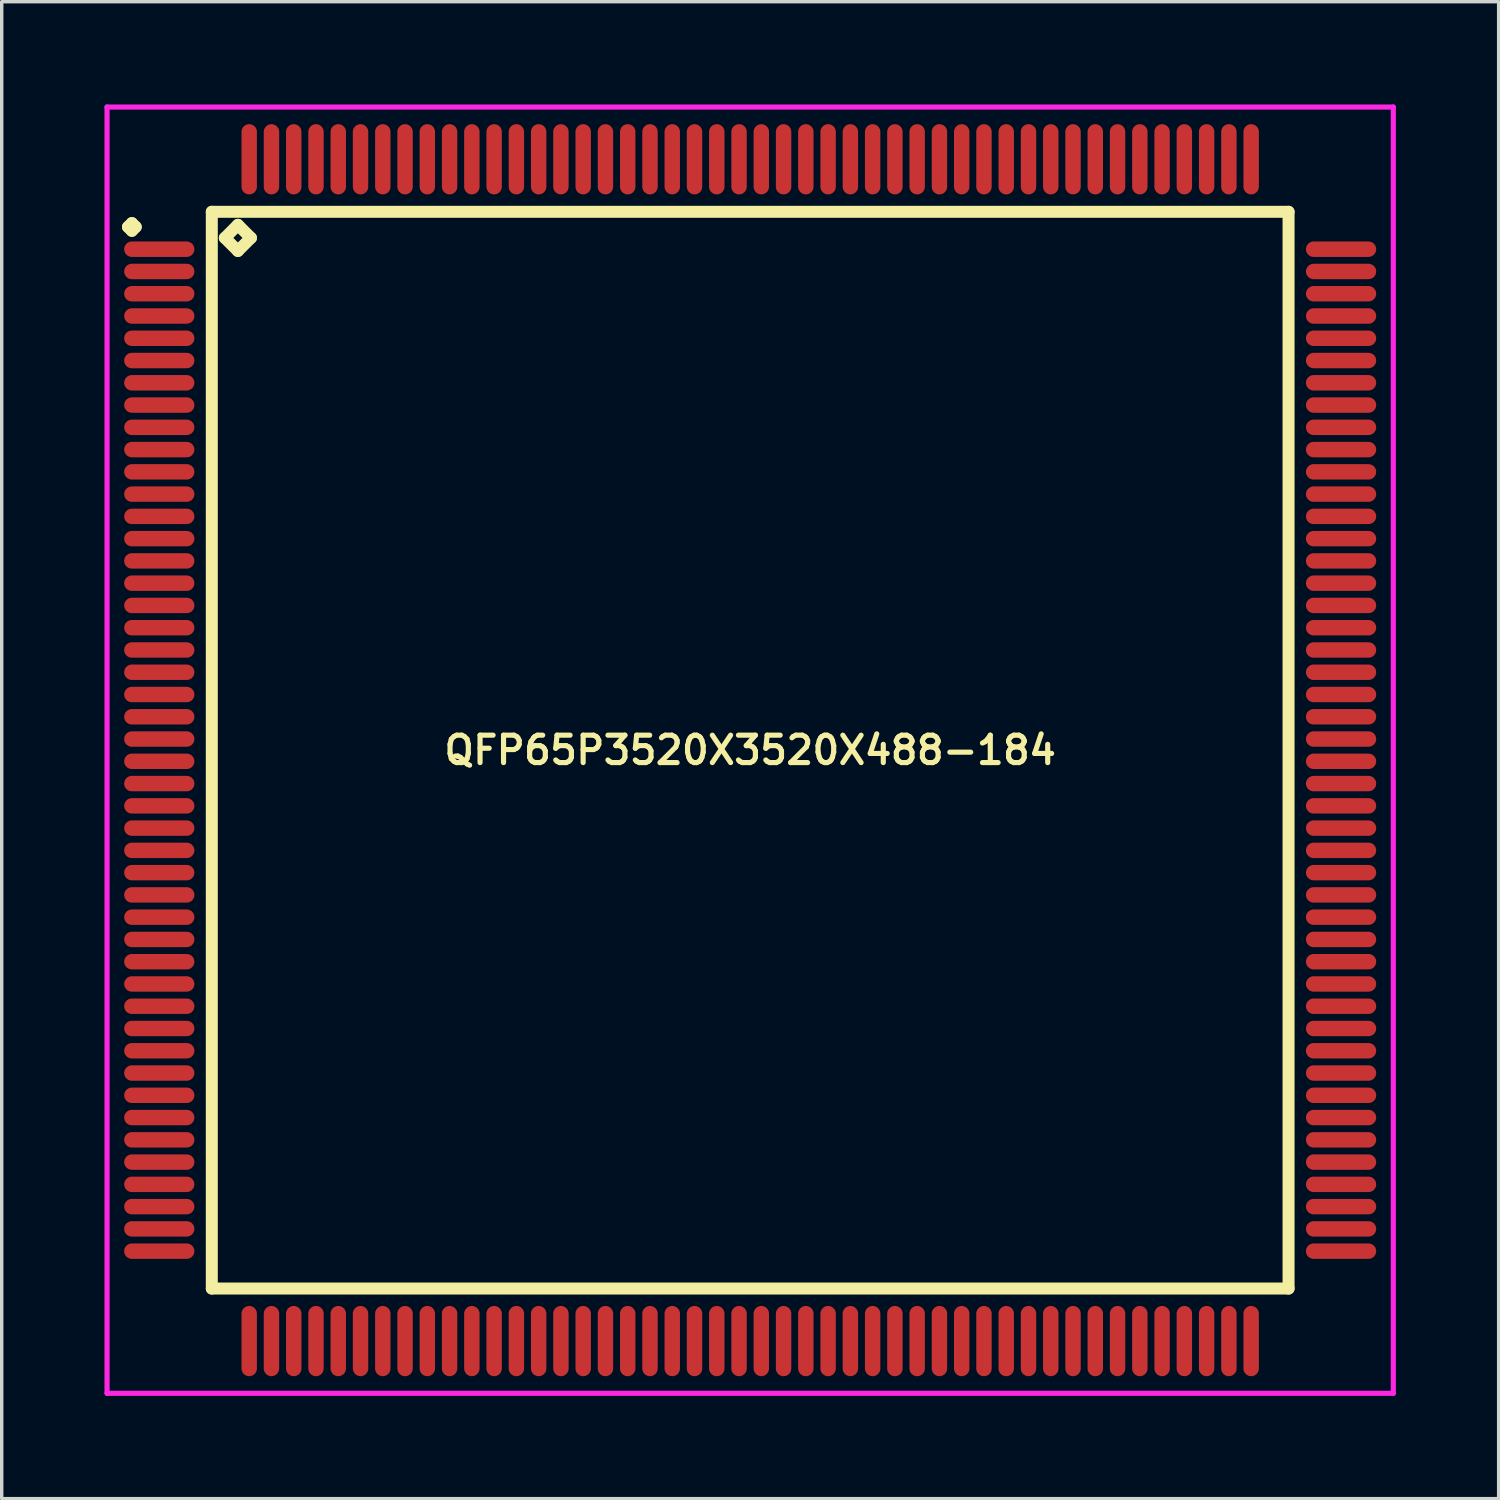
<source format=kicad_pcb>
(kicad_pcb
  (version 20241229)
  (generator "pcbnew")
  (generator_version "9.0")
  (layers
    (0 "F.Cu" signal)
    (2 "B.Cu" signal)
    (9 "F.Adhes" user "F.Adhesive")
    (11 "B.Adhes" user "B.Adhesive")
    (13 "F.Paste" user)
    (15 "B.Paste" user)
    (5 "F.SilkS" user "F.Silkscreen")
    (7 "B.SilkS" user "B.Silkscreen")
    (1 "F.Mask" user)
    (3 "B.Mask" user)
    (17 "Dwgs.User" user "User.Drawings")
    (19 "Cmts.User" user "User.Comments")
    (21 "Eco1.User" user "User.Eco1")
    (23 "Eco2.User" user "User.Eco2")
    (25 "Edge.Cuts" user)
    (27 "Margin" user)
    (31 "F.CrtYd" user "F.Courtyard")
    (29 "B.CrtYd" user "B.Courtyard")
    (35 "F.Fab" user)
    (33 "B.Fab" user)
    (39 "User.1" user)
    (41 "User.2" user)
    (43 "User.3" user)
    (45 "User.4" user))
  (footprint "QFP65P3520X3520X488-184"
    (layer "F.Cu")
    (at 18.85 18.85)
    (property "Reference" "QFP65P3520X3520X488-184" (at 0 0 0) (layer "F.SilkS") (effects (font (size 0.8 0.8) (thickness 0.15))))
    (attr smd)
    (fp_line (start -18.163 -15.275) (end -18.05 -15.387) (stroke (width 0.35) (type solid)) (layer "F.SilkS"))
    (fp_line (start -18.05 -15.387) (end -17.938 -15.275) (stroke (width 0.35) (type solid)) (layer "F.SilkS"))
    (fp_line (start -18.05 -15.162) (end -18.163 -15.275) (stroke (width 0.35) (type solid)) (layer "F.SilkS"))
    (fp_line (start -17.938 -15.275) (end -18.05 -15.162) (stroke (width 0.35) (type solid)) (layer "F.SilkS"))
    (fp_line (start -15.717 -15.717) (end -15.717 15.717) (stroke (width 0.35) (type solid)) (layer "F.SilkS"))
    (fp_line (start -15.717 15.717) (end 15.717 15.717) (stroke (width 0.35) (type solid)) (layer "F.SilkS"))
    (fp_line (start -15.336 -14.955) (end -14.955 -15.336) (stroke (width 0.35) (type solid)) (layer "F.SilkS"))
    (fp_line (start -14.955 -15.336) (end -14.574 -14.955) (stroke (width 0.35) (type solid)) (layer "F.SilkS"))
    (fp_line (start -14.955 -14.574) (end -15.336 -14.955) (stroke (width 0.35) (type solid)) (layer "F.SilkS"))
    (fp_line (start -14.574 -14.955) (end -14.955 -14.574) (stroke (width 0.35) (type solid)) (layer "F.SilkS"))
    (fp_line (start 15.717 -15.717) (end -15.717 -15.717) (stroke (width 0.35) (type solid)) (layer "F.SilkS"))
    (fp_line (start 15.717 15.717) (end 15.717 -15.717) (stroke (width 0.35) (type solid)) (layer "F.SilkS"))
    (fp_line (start -18.775 -18.775) (end 18.775 -18.775) (stroke (width 0.15) (type solid)) (layer "F.CrtYd"))
    (fp_line (start -18.775 18.775) (end -18.775 -18.775) (stroke (width 0.15) (type solid)) (layer "F.CrtYd"))
    (fp_line (start 18.775 -18.775) (end 18.775 18.775) (stroke (width 0.15) (type solid)) (layer "F.CrtYd"))
    (fp_line (start 18.775 18.775) (end -18.775 18.775) (stroke (width 0.15) (type solid)) (layer "F.CrtYd"))
    (pad "1" smd oval (at -17.25 -14.625) (size 2.05 0.45) (layers "F.Cu" "F.Mask" "F.Paste"))
    (pad "2" smd oval (at -17.25 -13.975) (size 2.05 0.45) (layers "F.Cu" "F.Mask" "F.Paste"))
    (pad "3" smd oval (at -17.25 -13.325) (size 2.05 0.45) (layers "F.Cu" "F.Mask" "F.Paste"))
    (pad "4" smd oval (at -17.25 -12.675) (size 2.05 0.45) (layers "F.Cu" "F.Mask" "F.Paste"))
    (pad "5" smd oval (at -17.25 -12.025) (size 2.05 0.45) (layers "F.Cu" "F.Mask" "F.Paste"))
    (pad "6" smd oval (at -17.25 -11.375) (size 2.05 0.45) (layers "F.Cu" "F.Mask" "F.Paste"))
    (pad "7" smd oval (at -17.25 -10.725) (size 2.05 0.45) (layers "F.Cu" "F.Mask" "F.Paste"))
    (pad "8" smd oval (at -17.25 -10.075) (size 2.05 0.45) (layers "F.Cu" "F.Mask" "F.Paste"))
    (pad "9" smd oval (at -17.25 -9.425) (size 2.05 0.45) (layers "F.Cu" "F.Mask" "F.Paste"))
    (pad "10" smd oval (at -17.25 -8.775) (size 2.05 0.45) (layers "F.Cu" "F.Mask" "F.Paste"))
    (pad "11" smd oval (at -17.25 -8.125) (size 2.05 0.45) (layers "F.Cu" "F.Mask" "F.Paste"))
    (pad "12" smd oval (at -17.25 -7.475) (size 2.05 0.45) (layers "F.Cu" "F.Mask" "F.Paste"))
    (pad "13" smd oval (at -17.25 -6.825) (size 2.05 0.45) (layers "F.Cu" "F.Mask" "F.Paste"))
    (pad "14" smd oval (at -17.25 -6.175) (size 2.05 0.45) (layers "F.Cu" "F.Mask" "F.Paste"))
    (pad "15" smd oval (at -17.25 -5.525) (size 2.05 0.45) (layers "F.Cu" "F.Mask" "F.Paste"))
    (pad "16" smd oval (at -17.25 -4.875) (size 2.05 0.45) (layers "F.Cu" "F.Mask" "F.Paste"))
    (pad "17" smd oval (at -17.25 -4.225) (size 2.05 0.45) (layers "F.Cu" "F.Mask" "F.Paste"))
    (pad "18" smd oval (at -17.25 -3.575) (size 2.05 0.45) (layers "F.Cu" "F.Mask" "F.Paste"))
    (pad "19" smd oval (at -17.25 -2.925) (size 2.05 0.45) (layers "F.Cu" "F.Mask" "F.Paste"))
    (pad "20" smd oval (at -17.25 -2.275) (size 2.05 0.45) (layers "F.Cu" "F.Mask" "F.Paste"))
    (pad "21" smd oval (at -17.25 -1.625) (size 2.05 0.45) (layers "F.Cu" "F.Mask" "F.Paste"))
    (pad "22" smd oval (at -17.25 -0.975) (size 2.05 0.45) (layers "F.Cu" "F.Mask" "F.Paste"))
    (pad "23" smd oval (at -17.25 -0.325) (size 2.05 0.45) (layers "F.Cu" "F.Mask" "F.Paste"))
    (pad "24" smd oval (at -17.25 0.325) (size 2.05 0.45) (layers "F.Cu" "F.Mask" "F.Paste"))
    (pad "25" smd oval (at -17.25 0.975) (size 2.05 0.45) (layers "F.Cu" "F.Mask" "F.Paste"))
    (pad "26" smd oval (at -17.25 1.625) (size 2.05 0.45) (layers "F.Cu" "F.Mask" "F.Paste"))
    (pad "27" smd oval (at -17.25 2.275) (size 2.05 0.45) (layers "F.Cu" "F.Mask" "F.Paste"))
    (pad "28" smd oval (at -17.25 2.925) (size 2.05 0.45) (layers "F.Cu" "F.Mask" "F.Paste"))
    (pad "29" smd oval (at -17.25 3.575) (size 2.05 0.45) (layers "F.Cu" "F.Mask" "F.Paste"))
    (pad "30" smd oval (at -17.25 4.225) (size 2.05 0.45) (layers "F.Cu" "F.Mask" "F.Paste"))
    (pad "31" smd oval (at -17.25 4.875) (size 2.05 0.45) (layers "F.Cu" "F.Mask" "F.Paste"))
    (pad "32" smd oval (at -17.25 5.525) (size 2.05 0.45) (layers "F.Cu" "F.Mask" "F.Paste"))
    (pad "33" smd oval (at -17.25 6.175) (size 2.05 0.45) (layers "F.Cu" "F.Mask" "F.Paste"))
    (pad "34" smd oval (at -17.25 6.825) (size 2.05 0.45) (layers "F.Cu" "F.Mask" "F.Paste"))
    (pad "35" smd oval (at -17.25 7.475) (size 2.05 0.45) (layers "F.Cu" "F.Mask" "F.Paste"))
    (pad "36" smd oval (at -17.25 8.125) (size 2.05 0.45) (layers "F.Cu" "F.Mask" "F.Paste"))
    (pad "37" smd oval (at -17.25 8.775) (size 2.05 0.45) (layers "F.Cu" "F.Mask" "F.Paste"))
    (pad "38" smd oval (at -17.25 9.425) (size 2.05 0.45) (layers "F.Cu" "F.Mask" "F.Paste"))
    (pad "39" smd oval (at -17.25 10.075) (size 2.05 0.45) (layers "F.Cu" "F.Mask" "F.Paste"))
    (pad "40" smd oval (at -17.25 10.725) (size 2.05 0.45) (layers "F.Cu" "F.Mask" "F.Paste"))
    (pad "41" smd oval (at -17.25 11.375) (size 2.05 0.45) (layers "F.Cu" "F.Mask" "F.Paste"))
    (pad "42" smd oval (at -17.25 12.025) (size 2.05 0.45) (layers "F.Cu" "F.Mask" "F.Paste"))
    (pad "43" smd oval (at -17.25 12.675) (size 2.05 0.45) (layers "F.Cu" "F.Mask" "F.Paste"))
    (pad "44" smd oval (at -17.25 13.325) (size 2.05 0.45) (layers "F.Cu" "F.Mask" "F.Paste"))
    (pad "45" smd oval (at -17.25 13.975) (size 2.05 0.45) (layers "F.Cu" "F.Mask" "F.Paste"))
    (pad "46" smd oval (at -17.25 14.625) (size 2.05 0.45) (layers "F.Cu" "F.Mask" "F.Paste"))
    (pad "47" smd oval (at -14.625 17.25) (size 0.45 2.05) (layers "F.Cu" "F.Mask" "F.Paste"))
    (pad "48" smd oval (at -13.975 17.25) (size 0.45 2.05) (layers "F.Cu" "F.Mask" "F.Paste"))
    (pad "49" smd oval (at -13.325 17.25) (size 0.45 2.05) (layers "F.Cu" "F.Mask" "F.Paste"))
    (pad "50" smd oval (at -12.675 17.25) (size 0.45 2.05) (layers "F.Cu" "F.Mask" "F.Paste"))
    (pad "51" smd oval (at -12.025 17.25) (size 0.45 2.05) (layers "F.Cu" "F.Mask" "F.Paste"))
    (pad "52" smd oval (at -11.375 17.25) (size 0.45 2.05) (layers "F.Cu" "F.Mask" "F.Paste"))
    (pad "53" smd oval (at -10.725 17.25) (size 0.45 2.05) (layers "F.Cu" "F.Mask" "F.Paste"))
    (pad "54" smd oval (at -10.075 17.25) (size 0.45 2.05) (layers "F.Cu" "F.Mask" "F.Paste"))
    (pad "55" smd oval (at -9.425 17.25) (size 0.45 2.05) (layers "F.Cu" "F.Mask" "F.Paste"))
    (pad "56" smd oval (at -8.775 17.25) (size 0.45 2.05) (layers "F.Cu" "F.Mask" "F.Paste"))
    (pad "57" smd oval (at -8.125 17.25) (size 0.45 2.05) (layers "F.Cu" "F.Mask" "F.Paste"))
    (pad "58" smd oval (at -7.475 17.25) (size 0.45 2.05) (layers "F.Cu" "F.Mask" "F.Paste"))
    (pad "59" smd oval (at -6.825 17.25) (size 0.45 2.05) (layers "F.Cu" "F.Mask" "F.Paste"))
    (pad "60" smd oval (at -6.175 17.25) (size 0.45 2.05) (layers "F.Cu" "F.Mask" "F.Paste"))
    (pad "61" smd oval (at -5.525 17.25) (size 0.45 2.05) (layers "F.Cu" "F.Mask" "F.Paste"))
    (pad "62" smd oval (at -4.875 17.25) (size 0.45 2.05) (layers "F.Cu" "F.Mask" "F.Paste"))
    (pad "63" smd oval (at -4.225 17.25) (size 0.45 2.05) (layers "F.Cu" "F.Mask" "F.Paste"))
    (pad "64" smd oval (at -3.575 17.25) (size 0.45 2.05) (layers "F.Cu" "F.Mask" "F.Paste"))
    (pad "65" smd oval (at -2.925 17.25) (size 0.45 2.05) (layers "F.Cu" "F.Mask" "F.Paste"))
    (pad "66" smd oval (at -2.275 17.25) (size 0.45 2.05) (layers "F.Cu" "F.Mask" "F.Paste"))
    (pad "67" smd oval (at -1.625 17.25) (size 0.45 2.05) (layers "F.Cu" "F.Mask" "F.Paste"))
    (pad "68" smd oval (at -0.975 17.25) (size 0.45 2.05) (layers "F.Cu" "F.Mask" "F.Paste"))
    (pad "69" smd oval (at -0.325 17.25) (size 0.45 2.05) (layers "F.Cu" "F.Mask" "F.Paste"))
    (pad "70" smd oval (at 0.325 17.25) (size 0.45 2.05) (layers "F.Cu" "F.Mask" "F.Paste"))
    (pad "71" smd oval (at 0.975 17.25) (size 0.45 2.05) (layers "F.Cu" "F.Mask" "F.Paste"))
    (pad "72" smd oval (at 1.625 17.25) (size 0.45 2.05) (layers "F.Cu" "F.Mask" "F.Paste"))
    (pad "73" smd oval (at 2.275 17.25) (size 0.45 2.05) (layers "F.Cu" "F.Mask" "F.Paste"))
    (pad "74" smd oval (at 2.925 17.25) (size 0.45 2.05) (layers "F.Cu" "F.Mask" "F.Paste"))
    (pad "75" smd oval (at 3.575 17.25) (size 0.45 2.05) (layers "F.Cu" "F.Mask" "F.Paste"))
    (pad "76" smd oval (at 4.225 17.25) (size 0.45 2.05) (layers "F.Cu" "F.Mask" "F.Paste"))
    (pad "77" smd oval (at 4.875 17.25) (size 0.45 2.05) (layers "F.Cu" "F.Mask" "F.Paste"))
    (pad "78" smd oval (at 5.525 17.25) (size 0.45 2.05) (layers "F.Cu" "F.Mask" "F.Paste"))
    (pad "79" smd oval (at 6.175 17.25) (size 0.45 2.05) (layers "F.Cu" "F.Mask" "F.Paste"))
    (pad "80" smd oval (at 6.825 17.25) (size 0.45 2.05) (layers "F.Cu" "F.Mask" "F.Paste"))
    (pad "81" smd oval (at 7.475 17.25) (size 0.45 2.05) (layers "F.Cu" "F.Mask" "F.Paste"))
    (pad "82" smd oval (at 8.125 17.25) (size 0.45 2.05) (layers "F.Cu" "F.Mask" "F.Paste"))
    (pad "83" smd oval (at 8.775 17.25) (size 0.45 2.05) (layers "F.Cu" "F.Mask" "F.Paste"))
    (pad "84" smd oval (at 9.425 17.25) (size 0.45 2.05) (layers "F.Cu" "F.Mask" "F.Paste"))
    (pad "85" smd oval (at 10.075 17.25) (size 0.45 2.05) (layers "F.Cu" "F.Mask" "F.Paste"))
    (pad "86" smd oval (at 10.725 17.25) (size 0.45 2.05) (layers "F.Cu" "F.Mask" "F.Paste"))
    (pad "87" smd oval (at 11.375 17.25) (size 0.45 2.05) (layers "F.Cu" "F.Mask" "F.Paste"))
    (pad "88" smd oval (at 12.025 17.25) (size 0.45 2.05) (layers "F.Cu" "F.Mask" "F.Paste"))
    (pad "89" smd oval (at 12.675 17.25) (size 0.45 2.05) (layers "F.Cu" "F.Mask" "F.Paste"))
    (pad "90" smd oval (at 13.325 17.25) (size 0.45 2.05) (layers "F.Cu" "F.Mask" "F.Paste"))
    (pad "91" smd oval (at 13.975 17.25) (size 0.45 2.05) (layers "F.Cu" "F.Mask" "F.Paste"))
    (pad "92" smd oval (at 14.625 17.25) (size 0.45 2.05) (layers "F.Cu" "F.Mask" "F.Paste"))
    (pad "93" smd oval (at 17.25 14.625) (size 2.05 0.45) (layers "F.Cu" "F.Mask" "F.Paste"))
    (pad "94" smd oval (at 17.25 13.975) (size 2.05 0.45) (layers "F.Cu" "F.Mask" "F.Paste"))
    (pad "95" smd oval (at 17.25 13.325) (size 2.05 0.45) (layers "F.Cu" "F.Mask" "F.Paste"))
    (pad "96" smd oval (at 17.25 12.675) (size 2.05 0.45) (layers "F.Cu" "F.Mask" "F.Paste"))
    (pad "97" smd oval (at 17.25 12.025) (size 2.05 0.45) (layers "F.Cu" "F.Mask" "F.Paste"))
    (pad "98" smd oval (at 17.25 11.375) (size 2.05 0.45) (layers "F.Cu" "F.Mask" "F.Paste"))
    (pad "99" smd oval (at 17.25 10.725) (size 2.05 0.45) (layers "F.Cu" "F.Mask" "F.Paste"))
    (pad "100" smd oval (at 17.25 10.075) (size 2.05 0.45) (layers "F.Cu" "F.Mask" "F.Paste"))
    (pad "101" smd oval (at 17.25 9.425) (size 2.05 0.45) (layers "F.Cu" "F.Mask" "F.Paste"))
    (pad "102" smd oval (at 17.25 8.775) (size 2.05 0.45) (layers "F.Cu" "F.Mask" "F.Paste"))
    (pad "103" smd oval (at 17.25 8.125) (size 2.05 0.45) (layers "F.Cu" "F.Mask" "F.Paste"))
    (pad "104" smd oval (at 17.25 7.475) (size 2.05 0.45) (layers "F.Cu" "F.Mask" "F.Paste"))
    (pad "105" smd oval (at 17.25 6.825) (size 2.05 0.45) (layers "F.Cu" "F.Mask" "F.Paste"))
    (pad "106" smd oval (at 17.25 6.175) (size 2.05 0.45) (layers "F.Cu" "F.Mask" "F.Paste"))
    (pad "107" smd oval (at 17.25 5.525) (size 2.05 0.45) (layers "F.Cu" "F.Mask" "F.Paste"))
    (pad "108" smd oval (at 17.25 4.875) (size 2.05 0.45) (layers "F.Cu" "F.Mask" "F.Paste"))
    (pad "109" smd oval (at 17.25 4.225) (size 2.05 0.45) (layers "F.Cu" "F.Mask" "F.Paste"))
    (pad "110" smd oval (at 17.25 3.575) (size 2.05 0.45) (layers "F.Cu" "F.Mask" "F.Paste"))
    (pad "111" smd oval (at 17.25 2.925) (size 2.05 0.45) (layers "F.Cu" "F.Mask" "F.Paste"))
    (pad "112" smd oval (at 17.25 2.275) (size 2.05 0.45) (layers "F.Cu" "F.Mask" "F.Paste"))
    (pad "113" smd oval (at 17.25 1.625) (size 2.05 0.45) (layers "F.Cu" "F.Mask" "F.Paste"))
    (pad "114" smd oval (at 17.25 0.975) (size 2.05 0.45) (layers "F.Cu" "F.Mask" "F.Paste"))
    (pad "115" smd oval (at 17.25 0.325) (size 2.05 0.45) (layers "F.Cu" "F.Mask" "F.Paste"))
    (pad "116" smd oval (at 17.25 -0.325) (size 2.05 0.45) (layers "F.Cu" "F.Mask" "F.Paste"))
    (pad "117" smd oval (at 17.25 -0.975) (size 2.05 0.45) (layers "F.Cu" "F.Mask" "F.Paste"))
    (pad "118" smd oval (at 17.25 -1.625) (size 2.05 0.45) (layers "F.Cu" "F.Mask" "F.Paste"))
    (pad "119" smd oval (at 17.25 -2.275) (size 2.05 0.45) (layers "F.Cu" "F.Mask" "F.Paste"))
    (pad "120" smd oval (at 17.25 -2.925) (size 2.05 0.45) (layers "F.Cu" "F.Mask" "F.Paste"))
    (pad "121" smd oval (at 17.25 -3.575) (size 2.05 0.45) (layers "F.Cu" "F.Mask" "F.Paste"))
    (pad "122" smd oval (at 17.25 -4.225) (size 2.05 0.45) (layers "F.Cu" "F.Mask" "F.Paste"))
    (pad "123" smd oval (at 17.25 -4.875) (size 2.05 0.45) (layers "F.Cu" "F.Mask" "F.Paste"))
    (pad "124" smd oval (at 17.25 -5.525) (size 2.05 0.45) (layers "F.Cu" "F.Mask" "F.Paste"))
    (pad "125" smd oval (at 17.25 -6.175) (size 2.05 0.45) (layers "F.Cu" "F.Mask" "F.Paste"))
    (pad "126" smd oval (at 17.25 -6.825) (size 2.05 0.45) (layers "F.Cu" "F.Mask" "F.Paste"))
    (pad "127" smd oval (at 17.25 -7.475) (size 2.05 0.45) (layers "F.Cu" "F.Mask" "F.Paste"))
    (pad "128" smd oval (at 17.25 -8.125) (size 2.05 0.45) (layers "F.Cu" "F.Mask" "F.Paste"))
    (pad "129" smd oval (at 17.25 -8.775) (size 2.05 0.45) (layers "F.Cu" "F.Mask" "F.Paste"))
    (pad "130" smd oval (at 17.25 -9.425) (size 2.05 0.45) (layers "F.Cu" "F.Mask" "F.Paste"))
    (pad "131" smd oval (at 17.25 -10.075) (size 2.05 0.45) (layers "F.Cu" "F.Mask" "F.Paste"))
    (pad "132" smd oval (at 17.25 -10.725) (size 2.05 0.45) (layers "F.Cu" "F.Mask" "F.Paste"))
    (pad "133" smd oval (at 17.25 -11.375) (size 2.05 0.45) (layers "F.Cu" "F.Mask" "F.Paste"))
    (pad "134" smd oval (at 17.25 -12.025) (size 2.05 0.45) (layers "F.Cu" "F.Mask" "F.Paste"))
    (pad "135" smd oval (at 17.25 -12.675) (size 2.05 0.45) (layers "F.Cu" "F.Mask" "F.Paste"))
    (pad "136" smd oval (at 17.25 -13.325) (size 2.05 0.45) (layers "F.Cu" "F.Mask" "F.Paste"))
    (pad "137" smd oval (at 17.25 -13.975) (size 2.05 0.45) (layers "F.Cu" "F.Mask" "F.Paste"))
    (pad "138" smd oval (at 17.25 -14.625) (size 2.05 0.45) (layers "F.Cu" "F.Mask" "F.Paste"))
    (pad "139" smd oval (at 14.625 -17.25) (size 0.45 2.05) (layers "F.Cu" "F.Mask" "F.Paste"))
    (pad "140" smd oval (at 13.975 -17.25) (size 0.45 2.05) (layers "F.Cu" "F.Mask" "F.Paste"))
    (pad "141" smd oval (at 13.325 -17.25) (size 0.45 2.05) (layers "F.Cu" "F.Mask" "F.Paste"))
    (pad "142" smd oval (at 12.675 -17.25) (size 0.45 2.05) (layers "F.Cu" "F.Mask" "F.Paste"))
    (pad "143" smd oval (at 12.025 -17.25) (size 0.45 2.05) (layers "F.Cu" "F.Mask" "F.Paste"))
    (pad "144" smd oval (at 11.375 -17.25) (size 0.45 2.05) (layers "F.Cu" "F.Mask" "F.Paste"))
    (pad "145" smd oval (at 10.725 -17.25) (size 0.45 2.05) (layers "F.Cu" "F.Mask" "F.Paste"))
    (pad "146" smd oval (at 10.075 -17.25) (size 0.45 2.05) (layers "F.Cu" "F.Mask" "F.Paste"))
    (pad "147" smd oval (at 9.425 -17.25) (size 0.45 2.05) (layers "F.Cu" "F.Mask" "F.Paste"))
    (pad "148" smd oval (at 8.775 -17.25) (size 0.45 2.05) (layers "F.Cu" "F.Mask" "F.Paste"))
    (pad "149" smd oval (at 8.125 -17.25) (size 0.45 2.05) (layers "F.Cu" "F.Mask" "F.Paste"))
    (pad "150" smd oval (at 7.475 -17.25) (size 0.45 2.05) (layers "F.Cu" "F.Mask" "F.Paste"))
    (pad "151" smd oval (at 6.825 -17.25) (size 0.45 2.05) (layers "F.Cu" "F.Mask" "F.Paste"))
    (pad "152" smd oval (at 6.175 -17.25) (size 0.45 2.05) (layers "F.Cu" "F.Mask" "F.Paste"))
    (pad "153" smd oval (at 5.525 -17.25) (size 0.45 2.05) (layers "F.Cu" "F.Mask" "F.Paste"))
    (pad "154" smd oval (at 4.875 -17.25) (size 0.45 2.05) (layers "F.Cu" "F.Mask" "F.Paste"))
    (pad "155" smd oval (at 4.225 -17.25) (size 0.45 2.05) (layers "F.Cu" "F.Mask" "F.Paste"))
    (pad "156" smd oval (at 3.575 -17.25) (size 0.45 2.05) (layers "F.Cu" "F.Mask" "F.Paste"))
    (pad "157" smd oval (at 2.925 -17.25) (size 0.45 2.05) (layers "F.Cu" "F.Mask" "F.Paste"))
    (pad "158" smd oval (at 2.275 -17.25) (size 0.45 2.05) (layers "F.Cu" "F.Mask" "F.Paste"))
    (pad "159" smd oval (at 1.625 -17.25) (size 0.45 2.05) (layers "F.Cu" "F.Mask" "F.Paste"))
    (pad "160" smd oval (at 0.975 -17.25) (size 0.45 2.05) (layers "F.Cu" "F.Mask" "F.Paste"))
    (pad "161" smd oval (at 0.325 -17.25) (size 0.45 2.05) (layers "F.Cu" "F.Mask" "F.Paste"))
    (pad "162" smd oval (at -0.325 -17.25) (size 0.45 2.05) (layers "F.Cu" "F.Mask" "F.Paste"))
    (pad "163" smd oval (at -0.975 -17.25) (size 0.45 2.05) (layers "F.Cu" "F.Mask" "F.Paste"))
    (pad "164" smd oval (at -1.625 -17.25) (size 0.45 2.05) (layers "F.Cu" "F.Mask" "F.Paste"))
    (pad "165" smd oval (at -2.275 -17.25) (size 0.45 2.05) (layers "F.Cu" "F.Mask" "F.Paste"))
    (pad "166" smd oval (at -2.925 -17.25) (size 0.45 2.05) (layers "F.Cu" "F.Mask" "F.Paste"))
    (pad "167" smd oval (at -3.575 -17.25) (size 0.45 2.05) (layers "F.Cu" "F.Mask" "F.Paste"))
    (pad "168" smd oval (at -4.225 -17.25) (size 0.45 2.05) (layers "F.Cu" "F.Mask" "F.Paste"))
    (pad "169" smd oval (at -4.875 -17.25) (size 0.45 2.05) (layers "F.Cu" "F.Mask" "F.Paste"))
    (pad "170" smd oval (at -5.525 -17.25) (size 0.45 2.05) (layers "F.Cu" "F.Mask" "F.Paste"))
    (pad "171" smd oval (at -6.175 -17.25) (size 0.45 2.05) (layers "F.Cu" "F.Mask" "F.Paste"))
    (pad "172" smd oval (at -6.825 -17.25) (size 0.45 2.05) (layers "F.Cu" "F.Mask" "F.Paste"))
    (pad "173" smd oval (at -7.475 -17.25) (size 0.45 2.05) (layers "F.Cu" "F.Mask" "F.Paste"))
    (pad "174" smd oval (at -8.125 -17.25) (size 0.45 2.05) (layers "F.Cu" "F.Mask" "F.Paste"))
    (pad "175" smd oval (at -8.775 -17.25) (size 0.45 2.05) (layers "F.Cu" "F.Mask" "F.Paste"))
    (pad "176" smd oval (at -9.425 -17.25) (size 0.45 2.05) (layers "F.Cu" "F.Mask" "F.Paste"))
    (pad "177" smd oval (at -10.075 -17.25) (size 0.45 2.05) (layers "F.Cu" "F.Mask" "F.Paste"))
    (pad "178" smd oval (at -10.725 -17.25) (size 0.45 2.05) (layers "F.Cu" "F.Mask" "F.Paste"))
    (pad "179" smd oval (at -11.375 -17.25) (size 0.45 2.05) (layers "F.Cu" "F.Mask" "F.Paste"))
    (pad "180" smd oval (at -12.025 -17.25) (size 0.45 2.05) (layers "F.Cu" "F.Mask" "F.Paste"))
    (pad "181" smd oval (at -12.675 -17.25) (size 0.45 2.05) (layers "F.Cu" "F.Mask" "F.Paste"))
    (pad "182" smd oval (at -13.325 -17.25) (size 0.45 2.05) (layers "F.Cu" "F.Mask" "F.Paste"))
    (pad "183" smd oval (at -13.975 -17.25) (size 0.45 2.05) (layers "F.Cu" "F.Mask" "F.Paste"))
    (pad "184" smd oval (at -14.625 -17.25) (size 0.45 2.05) (layers "F.Cu" "F.Mask" "F.Paste")))
  (gr_rect
    (start -3 -3)
    (end 40.7 40.7)
    (stroke (width 0.1) (type default))
    (fill no)
    (layer "Edge.Cuts")))
</source>
